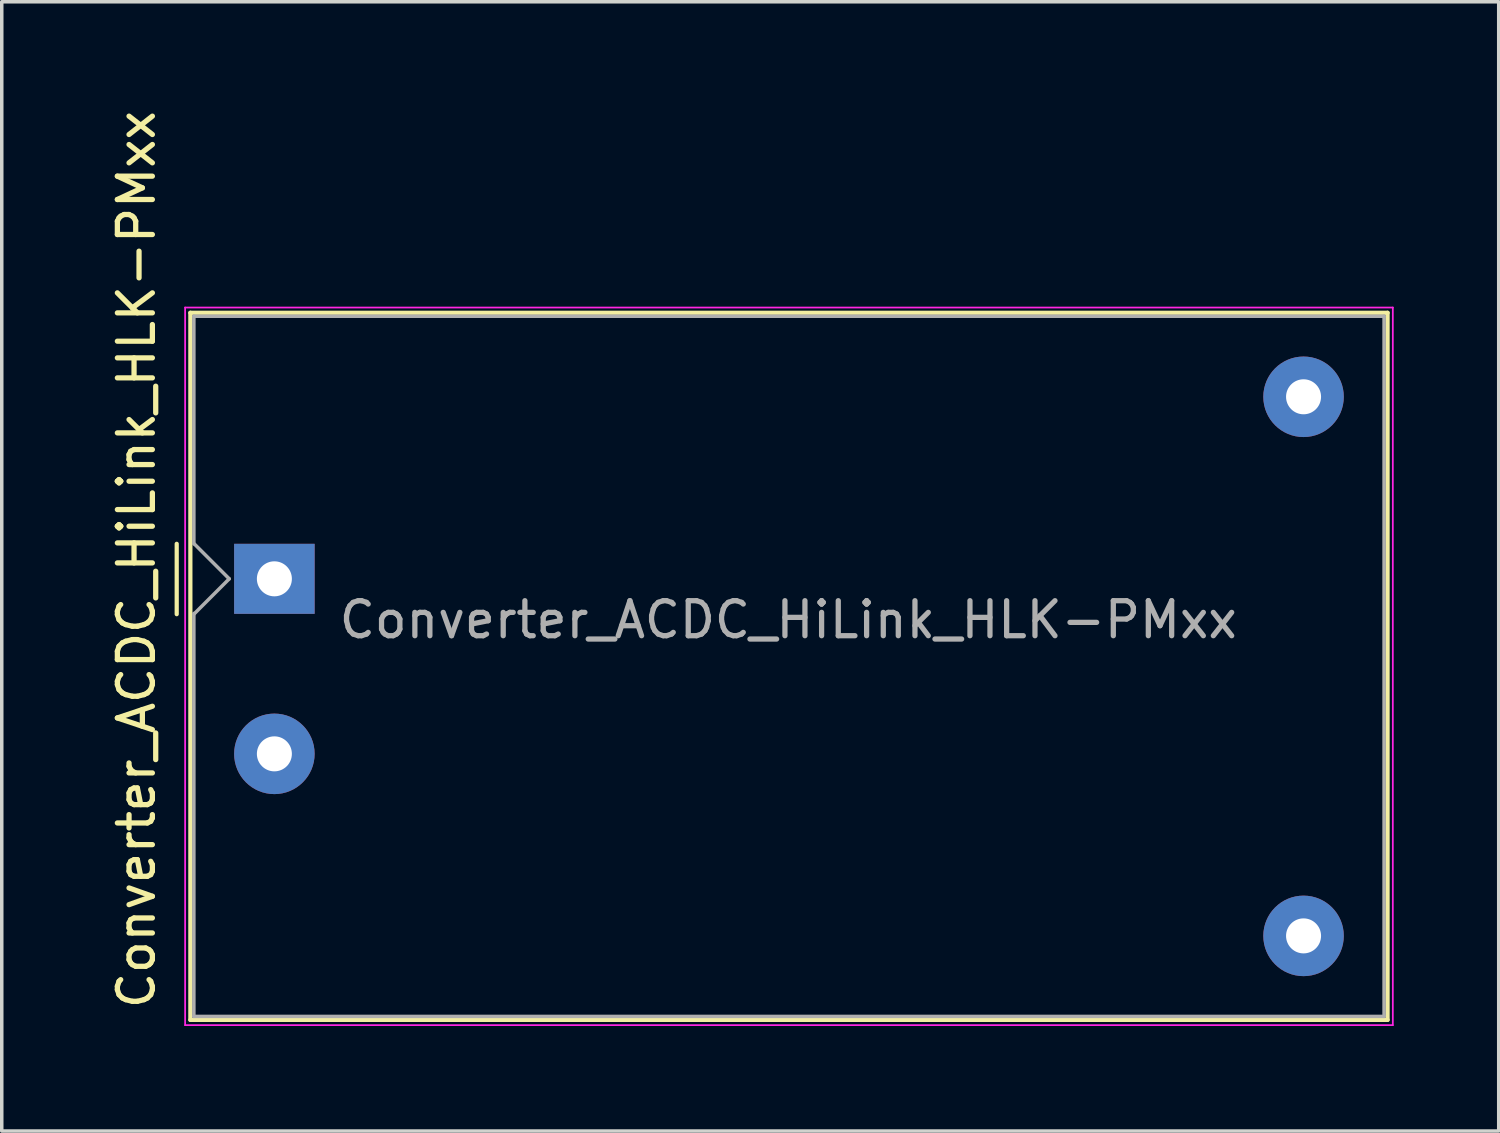
<source format=kicad_pcb>
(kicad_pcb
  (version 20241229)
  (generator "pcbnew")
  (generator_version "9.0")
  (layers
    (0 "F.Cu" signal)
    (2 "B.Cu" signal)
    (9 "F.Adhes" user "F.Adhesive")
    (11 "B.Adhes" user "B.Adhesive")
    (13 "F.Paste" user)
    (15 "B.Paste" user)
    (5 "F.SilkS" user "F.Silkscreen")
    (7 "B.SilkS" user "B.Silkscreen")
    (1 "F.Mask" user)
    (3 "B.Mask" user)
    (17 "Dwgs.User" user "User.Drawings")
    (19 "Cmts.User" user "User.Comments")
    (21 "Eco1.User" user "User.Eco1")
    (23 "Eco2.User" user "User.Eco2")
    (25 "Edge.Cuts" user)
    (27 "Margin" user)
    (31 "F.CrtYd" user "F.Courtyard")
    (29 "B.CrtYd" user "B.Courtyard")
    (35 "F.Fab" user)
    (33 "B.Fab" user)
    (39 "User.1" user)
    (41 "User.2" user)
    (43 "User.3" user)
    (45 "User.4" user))
  (footprint "Converter_ACDC_HiLink_HLK-PMxx"
    (layer "F.Cu")
    (at 4.788 13.485)
    (property "Reference" "Converter_ACDC_HiLink_HLK-PMxx" (at -3.94 -0.55 90) (layer "F.SilkS") (effects (font (size 1 1) (thickness 0.15))))
    (attr through_hole)
    (fp_line (start -2.79 -1) (end -2.79 1.01) (stroke (width 0.12) (type solid)) (layer "F.SilkS"))
    (fp_line (start -2.4 -7.6) (end -2.4 12.6) (stroke (width 0.12) (type solid)) (layer "F.SilkS"))
    (fp_line (start -2.4 12.6) (end 31.8 12.6) (stroke (width 0.12) (type solid)) (layer "F.SilkS"))
    (fp_line (start 31.8 -7.6) (end -2.4 -7.6) (stroke (width 0.12) (type solid)) (layer "F.SilkS"))
    (fp_line (start 31.8 12.6) (end 31.8 -7.6) (stroke (width 0.12) (type solid)) (layer "F.SilkS"))
    (fp_line (start -2.55 -7.75) (end -2.55 12.75) (stroke (width 0.05) (type solid)) (layer "F.CrtYd"))
    (fp_line (start -2.55 12.75) (end 31.95 12.75) (stroke (width 0.05) (type solid)) (layer "F.CrtYd"))
    (fp_line (start 31.95 -7.75) (end -2.55 -7.75) (stroke (width 0.05) (type solid)) (layer "F.CrtYd"))
    (fp_line (start 31.95 12.75) (end 31.95 -7.75) (stroke (width 0.05) (type solid)) (layer "F.CrtYd"))
    (fp_line (start -2.3 -7.5) (end 31.7 -7.5) (stroke (width 0.1) (type solid)) (layer "F.Fab"))
    (fp_line (start -2.3 -1) (end -2.3 -7.5) (stroke (width 0.1) (type solid)) (layer "F.Fab"))
    (fp_line (start -2.3 12.5) (end -2.3 0.99) (stroke (width 0.1) (type solid)) (layer "F.Fab"))
    (fp_line (start -2.3 12.5) (end 31.7 12.5) (stroke (width 0.1) (type solid)) (layer "F.Fab"))
    (fp_line (start -2.29 -1) (end -1.29 0) (stroke (width 0.1) (type solid)) (layer "F.Fab"))
    (fp_line (start -1.29 0) (end -2.29 1) (stroke (width 0.1) (type solid)) (layer "F.Fab"))
    (fp_line (start 31.7 12.5) (end 31.7 -7.5) (stroke (width 0.1) (type solid)) (layer "F.Fab"))
    (fp_text user "${REFERENCE}" (at 14.68 1.17 0) (layer "F.Fab") (effects (font (size 1 1) (thickness 0.15))))
    (pad "1" thru_hole rect (at 0 0) (size 2.3 2) (drill 1) (layers "*.Cu" "*.Mask"))
    (pad "2" thru_hole circle (at 0 5) (size 2.3 2.3) (drill 1) (layers "*.Cu" "*.Mask"))
    (pad "3" thru_hole circle (at 29.4 -5.2) (size 2.3 2.3) (drill 1) (layers "*.Cu" "*.Mask"))
    (pad "4" thru_hole circle (at 29.4 10.2) (size 2.3 2.3) (drill 1) (layers "*.Cu" "*.Mask")))
  (gr_rect
    (start -3 -3)
    (end 39.763 29.26)
    (stroke (width 0.1) (type default))
    (fill no)
    (layer "Edge.Cuts")))
</source>
